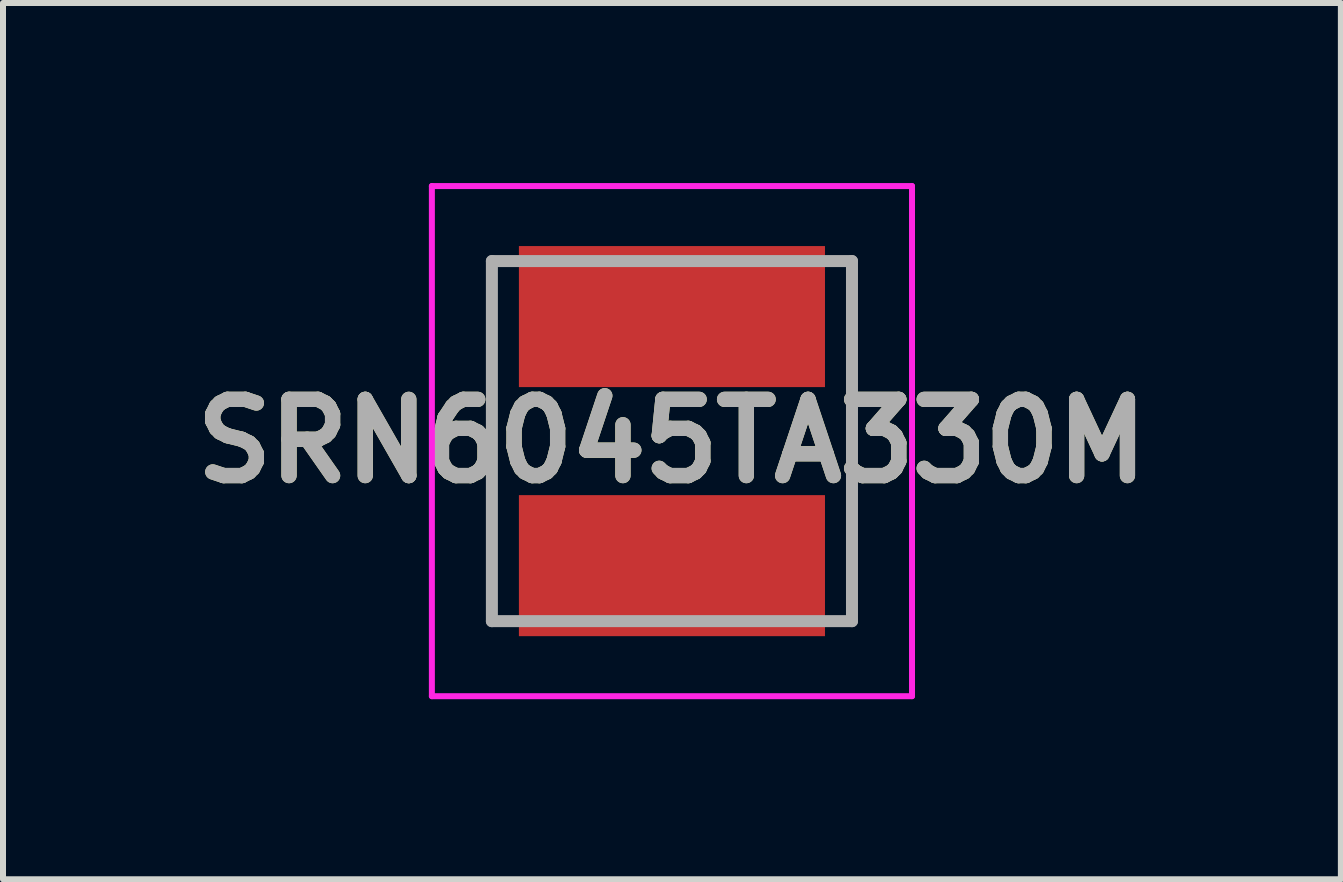
<source format=kicad_pcb>
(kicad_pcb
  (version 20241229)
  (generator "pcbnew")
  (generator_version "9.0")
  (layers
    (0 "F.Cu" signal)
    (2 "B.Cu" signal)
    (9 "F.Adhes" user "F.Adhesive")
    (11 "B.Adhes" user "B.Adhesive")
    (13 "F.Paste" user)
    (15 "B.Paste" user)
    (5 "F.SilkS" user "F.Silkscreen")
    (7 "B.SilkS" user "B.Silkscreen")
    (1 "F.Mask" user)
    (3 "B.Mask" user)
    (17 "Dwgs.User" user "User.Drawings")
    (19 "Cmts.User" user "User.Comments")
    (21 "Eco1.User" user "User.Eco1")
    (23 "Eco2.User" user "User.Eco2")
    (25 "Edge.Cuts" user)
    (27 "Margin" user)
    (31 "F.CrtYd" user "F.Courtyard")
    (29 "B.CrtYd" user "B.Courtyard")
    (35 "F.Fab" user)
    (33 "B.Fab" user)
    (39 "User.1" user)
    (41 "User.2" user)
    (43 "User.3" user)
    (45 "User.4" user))
  (footprint "SRN6045TA330M"
    (layer "F.Cu")
    (at 8.146 4.3)
    (property "Reference" "SRN6045TA330M" (at 0 0 0) (layer "F.SilkS") (effects (font (size 1.27 1.27) (thickness 0.254))))
    (attr smd)
    (fp_line (start -3 -3) (end -3 3) (stroke (width 0.1) (type solid)) (layer "F.SilkS"))
    (fp_line (start 3 -3) (end 3 3) (stroke (width 0.1) (type solid)) (layer "F.SilkS"))
    (fp_line (start -4 -4.25) (end 4 -4.25) (stroke (width 0.1) (type solid)) (layer "F.CrtYd"))
    (fp_line (start -4 4.25) (end -4 -4.25) (stroke (width 0.1) (type solid)) (layer "F.CrtYd"))
    (fp_line (start 4 -4.25) (end 4 4.25) (stroke (width 0.1) (type solid)) (layer "F.CrtYd"))
    (fp_line (start 4 4.25) (end -4 4.25) (stroke (width 0.1) (type solid)) (layer "F.CrtYd"))
    (fp_line (start -3 -3) (end 3 -3) (stroke (width 0.2) (type solid)) (layer "F.Fab"))
    (fp_line (start -3 3) (end -3 -3) (stroke (width 0.2) (type solid)) (layer "F.Fab"))
    (fp_line (start 3 -3) (end 3 3) (stroke (width 0.2) (type solid)) (layer "F.Fab"))
    (fp_line (start 3 3) (end -3 3) (stroke (width 0.2) (type solid)) (layer "F.Fab"))
    (fp_text user "${REFERENCE}" (at 0 0 0) (layer "F.Fab") (effects (font (size 1.27 1.27) (thickness 0.254))))
    (pad "1" smd rect (at 0 2.075 90) (size 2.35 5.1) (layers "F.Cu" "F.Mask" "F.Paste"))
    (pad "2" smd rect (at 0 -2.075 90) (size 2.35 5.1) (layers "F.Cu" "F.Mask" "F.Paste")))
  (gr_rect
    (start -3 -3)
    (end 19.292 11.6)
    (stroke (width 0.1) (type default))
    (fill no)
    (layer "Edge.Cuts")))
</source>
